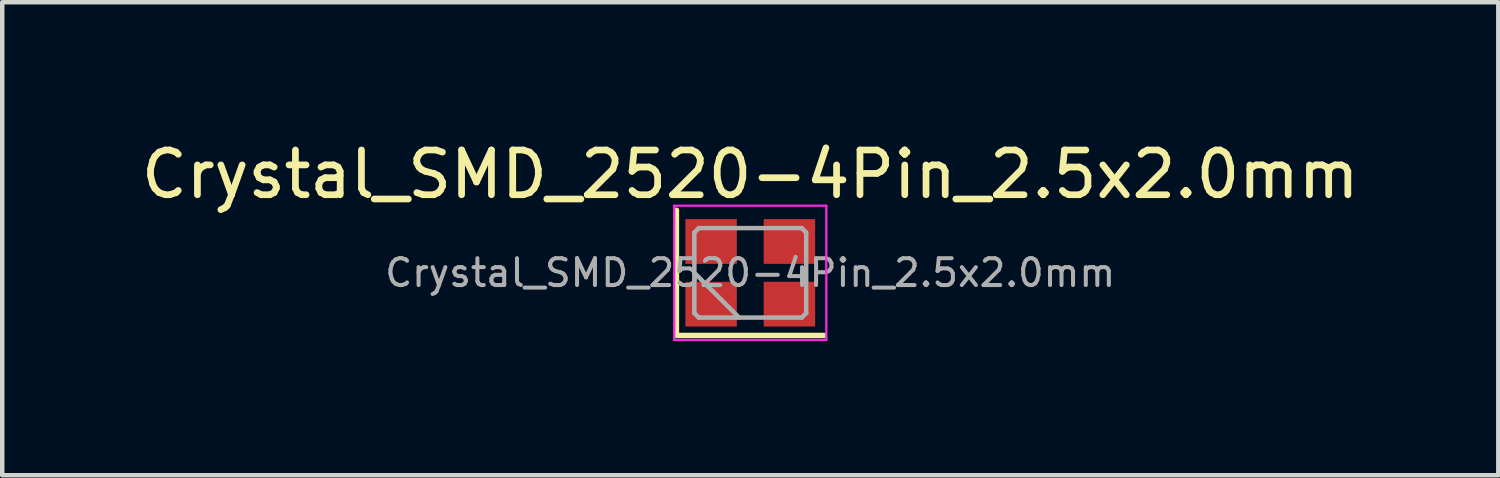
<source format=kicad_pcb>
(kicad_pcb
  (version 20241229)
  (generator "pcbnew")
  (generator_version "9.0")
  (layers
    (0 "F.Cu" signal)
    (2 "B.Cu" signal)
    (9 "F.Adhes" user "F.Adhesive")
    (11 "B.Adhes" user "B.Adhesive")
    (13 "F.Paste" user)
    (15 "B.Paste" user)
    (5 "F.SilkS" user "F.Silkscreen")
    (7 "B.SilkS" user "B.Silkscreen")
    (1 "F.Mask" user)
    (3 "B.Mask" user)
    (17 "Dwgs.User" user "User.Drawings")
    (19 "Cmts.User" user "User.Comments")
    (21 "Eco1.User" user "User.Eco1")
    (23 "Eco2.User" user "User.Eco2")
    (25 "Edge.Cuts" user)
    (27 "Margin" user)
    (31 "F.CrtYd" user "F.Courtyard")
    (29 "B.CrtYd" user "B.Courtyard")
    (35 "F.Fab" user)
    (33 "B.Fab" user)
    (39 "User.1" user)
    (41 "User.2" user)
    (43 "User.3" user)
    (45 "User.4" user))
  (footprint "Crystal_SMD_2520-4Pin_2.5x2.0mm"
    (layer "F.Cu")
    (at 13.72 3.048)
    (property "Reference" "Crystal_SMD_2520-4Pin_2.5x2.0mm" (at 0 -2.2 0) (layer "F.SilkS") (effects (font (size 1 1) (thickness 0.15))))
    (attr smd)
    (fp_line (start -1.65 -1.4) (end -1.65 1.4) (stroke (width 0.12) (type solid)) (layer "F.SilkS"))
    (fp_line (start -1.65 1.4) (end 1.65 1.4) (stroke (width 0.12) (type solid)) (layer "F.SilkS"))
    (fp_line (start -1.7 -1.5) (end -1.7 1.5) (stroke (width 0.05) (type solid)) (layer "F.CrtYd"))
    (fp_line (start -1.7 1.5) (end 1.7 1.5) (stroke (width 0.05) (type solid)) (layer "F.CrtYd"))
    (fp_line (start 1.7 -1.5) (end -1.7 -1.5) (stroke (width 0.05) (type solid)) (layer "F.CrtYd"))
    (fp_line (start 1.7 1.5) (end 1.7 -1.5) (stroke (width 0.05) (type solid)) (layer "F.CrtYd"))
    (fp_line (start -1.25 -0.9) (end -1.15 -1) (stroke (width 0.1) (type solid)) (layer "F.Fab"))
    (fp_line (start -1.25 0) (end -0.25 1) (stroke (width 0.1) (type solid)) (layer "F.Fab"))
    (fp_line (start -1.25 0.9) (end -1.25 -0.9) (stroke (width 0.1) (type solid)) (layer "F.Fab"))
    (fp_line (start -1.15 -1) (end 1.15 -1) (stroke (width 0.1) (type solid)) (layer "F.Fab"))
    (fp_line (start -1.15 1) (end -1.25 0.9) (stroke (width 0.1) (type solid)) (layer "F.Fab"))
    (fp_line (start 1.15 -1) (end 1.25 -0.9) (stroke (width 0.1) (type solid)) (layer "F.Fab"))
    (fp_line (start 1.15 1) (end -1.15 1) (stroke (width 0.1) (type solid)) (layer "F.Fab"))
    (fp_line (start 1.25 -0.9) (end 1.25 0.9) (stroke (width 0.1) (type solid)) (layer "F.Fab"))
    (fp_line (start 1.25 0.9) (end 1.15 1) (stroke (width 0.1) (type solid)) (layer "F.Fab"))
    (fp_text user "${REFERENCE}" (at 0 0 0) (layer "F.Fab") (effects (font (size 0.6 0.6) (thickness 0.09))))
    (pad "1" smd rect (at -0.875 0.7) (size 1.15 1) (layers "F.Cu" "F.Mask" "F.Paste"))
    (pad "2" smd rect (at 0.875 0.7) (size 1.15 1) (layers "F.Cu" "F.Mask" "F.Paste"))
    (pad "3" smd rect (at 0.875 -0.7) (size 1.15 1) (layers "F.Cu" "F.Mask" "F.Paste"))
    (pad "4" smd rect (at -0.875 -0.7) (size 1.15 1) (layers "F.Cu" "F.Mask" "F.Paste")))
  (gr_rect
    (start -3 -3)
    (end 30.44 7.573)
    (stroke (width 0.1) (type default))
    (fill no)
    (layer "Edge.Cuts")))
</source>
